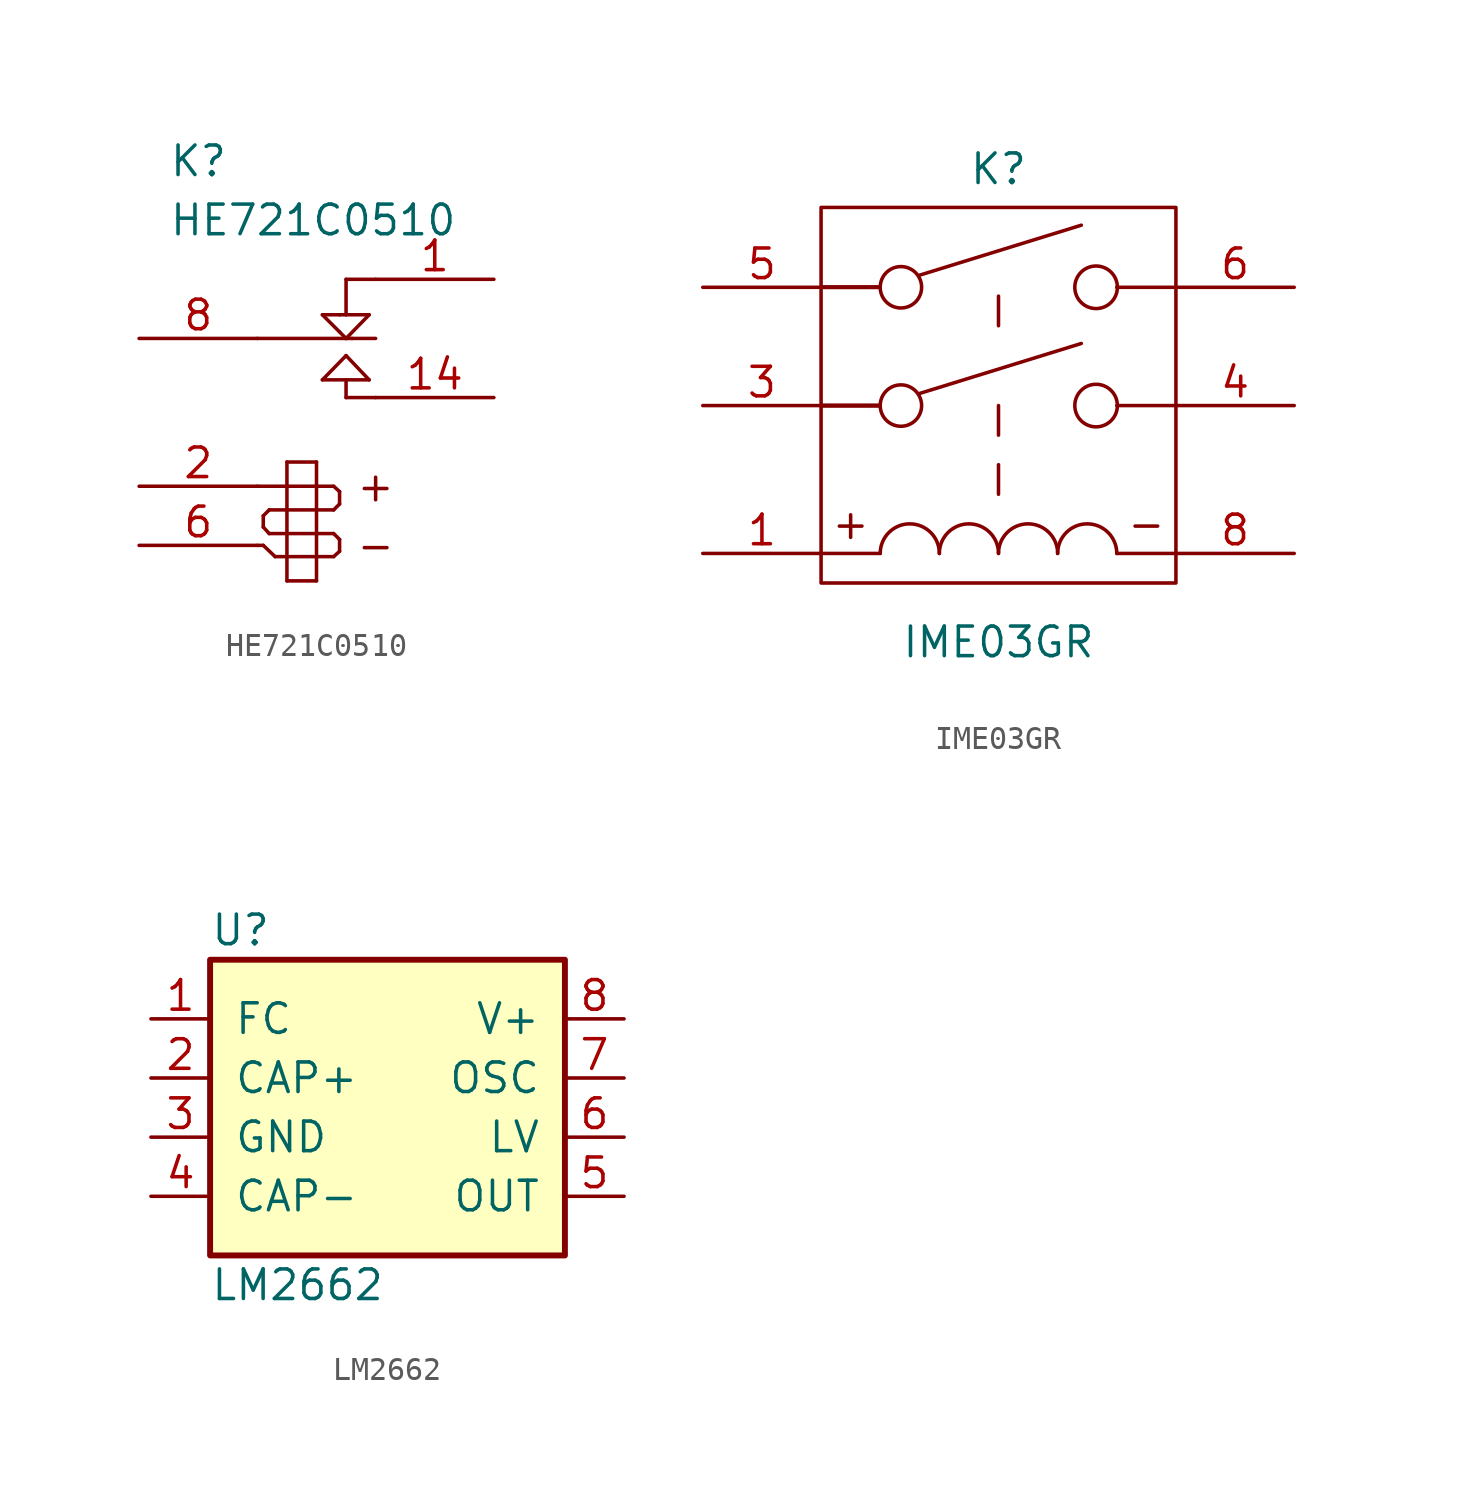
<source format=kicad_sym>
(kicad_symbol_lib
  (version 20211014)
  (generator kicad_symbol_editor)
  (symbol "HE721C0510"
    (pin_names
      (offset 0) hide)
    (property "Reference" "K"
      (at -6.35 10.16 0)
      (effects (font (size 1.27 1.27)) (justify left)))
    (property "Value" "HE721C0510"
      (at -6.35 7.62 0)
      (effects (font (size 1.27 1.27)) (justify left)))
    (property "Footprint" ""
      (at 0 -3.81 0)
      (effects (font (size 1.524 1.524))))
    (property "Datasheet" ""
      (at 0 -3.81 0)
      (effects (font (size 1.524 1.524))))
    (symbol "HE721C0510_0_0"
      (text "+" (at 2.54 -3.81 0) (effects (font (size 1.27 1.27))))
      (text "-" (at 2.54 -6.35 0) (effects (font (size 1.27 1.27)))))
    (symbol "HE721C0510_0_1"
      (polyline (pts (xy -2.54 -6.35) (xy -2.286 -6.35)) (stroke (width 0) (type default) (color 0 0 0 0)) (fill (type none)))
      (polyline (pts (xy -2.54 -3.81) (xy -1.27 -3.81)) (stroke (width 0) (type default) (color 0 0 0 0)) (fill (type none)))
      (polyline (pts (xy -2.286 -6.35) (xy -1.778 -6.833)) (stroke (width 0) (type default) (color 0 0 0 0)) (fill (type none)))
      (polyline (pts (xy -2.286 -5.563) (xy -2.286 -5.08)) (stroke (width 0) (type default) (color 0 0 0 0)) (fill (type none)))
      (polyline (pts (xy -2.032 -5.842) (xy -2.286 -5.563)) (stroke (width 0) (type default) (color 0 0 0 0)) (fill (type none)))
      (polyline (pts (xy -2.032 -4.826) (xy -2.286 -5.08)) (stroke (width 0) (type default) (color 0 0 0 0)) (fill (type none)))
      (polyline (pts (xy -1.778 -6.833) (xy -1.27 -6.833)) (stroke (width 0) (type default) (color 0 0 0 0)) (fill (type none)))
      (polyline (pts (xy -1.27 -7.874) (xy -1.27 -2.769)) (stroke (width 0) (type default) (color 0 0 0 0)) (fill (type none)))
      (polyline (pts (xy -1.27 -5.842) (xy -2.032 -5.842)) (stroke (width 0) (type default) (color 0 0 0 0)) (fill (type none)))
      (polyline (pts (xy -1.27 -5.842) (xy 0 -5.842)) (stroke (width 0) (type default) (color 0 0 0 0)) (fill (type none)))
      (polyline (pts (xy -1.27 -4.826) (xy -2.032 -4.826)) (stroke (width 0) (type default) (color 0 0 0 0)) (fill (type none)))
      (polyline (pts (xy -1.27 -3.81) (xy 0 -3.81)) (stroke (width 0) (type default) (color 0 0 0 0)) (fill (type none)))
      (polyline (pts (xy -1.27 -2.769) (xy 0 -2.769)) (stroke (width 0) (type default) (color 0 0 0 0)) (fill (type none)))
      (polyline (pts (xy 0 -7.874) (xy -1.27 -7.874)) (stroke (width 0) (type default) (color 0 0 0 0)) (fill (type none)))
      (polyline (pts (xy 0 -6.833) (xy -1.27 -6.833)) (stroke (width 0) (type default) (color 0 0 0 0)) (fill (type none)))
      (polyline (pts (xy 0 -6.833) (xy 0.737 -6.833)) (stroke (width 0) (type default) (color 0 0 0 0)) (fill (type none)))
      (polyline (pts (xy 0 -5.842) (xy 0.737 -5.842)) (stroke (width 0) (type default) (color 0 0 0 0)) (fill (type none)))
      (polyline (pts (xy 0 -4.826) (xy -1.27 -4.826)) (stroke (width 0) (type default) (color 0 0 0 0)) (fill (type none)))
      (polyline (pts (xy 0 -4.826) (xy 0.737 -4.826)) (stroke (width 0) (type default) (color 0 0 0 0)) (fill (type none)))
      (polyline (pts (xy 0 -3.81) (xy 0.737 -3.81)) (stroke (width 0) (type default) (color 0 0 0 0)) (fill (type none)))
      (polyline (pts (xy 0 -2.769) (xy 0 -7.874)) (stroke (width 0) (type default) (color 0 0 0 0)) (fill (type none)))
      (polyline (pts (xy 0.254 0.762) (xy 1.27 1.803)) (stroke (width 0) (type default) (color 0 0 0 0)) (fill (type none)))
      (polyline (pts (xy 0.254 3.556) (xy 0.991 3.556)) (stroke (width 0) (type default) (color 0 0 0 0)) (fill (type none)))
      (polyline (pts (xy 0.737 -6.833) (xy 0.991 -6.604)) (stroke (width 0) (type default) (color 0 0 0 0)) (fill (type none)))
      (polyline (pts (xy 0.737 -5.842) (xy 0.991 -6.096)) (stroke (width 0) (type default) (color 0 0 0 0)) (fill (type none)))
      (polyline (pts (xy 0.737 -4.826) (xy 0.991 -4.572)) (stroke (width 0) (type default) (color 0 0 0 0)) (fill (type none)))
      (polyline (pts (xy 0.737 -3.81) (xy 0.991 -4.039)) (stroke (width 0) (type default) (color 0 0 0 0)) (fill (type none)))
      (polyline (pts (xy 0.991 -6.604) (xy 0.991 -6.096)) (stroke (width 0) (type default) (color 0 0 0 0)) (fill (type none)))
      (polyline (pts (xy 0.991 -4.039) (xy 0.991 -4.572)) (stroke (width 0) (type default) (color 0 0 0 0)) (fill (type none)))
      (polyline (pts (xy 0.991 2.819) (xy 0.254 3.556)) (stroke (width 0) (type default) (color 0 0 0 0)) (fill (type none)))
      (polyline (pts (xy 0.991 2.819) (xy 1.27 2.54)) (stroke (width 0) (type default) (color 0 0 0 0)) (fill (type none)))
      (polyline (pts (xy 0.991 3.556) (xy 2.261 3.556)) (stroke (width 0) (type default) (color 0 0 0 0)) (fill (type none)))
      (polyline (pts (xy 1.27 0) (xy 1.27 0.762)) (stroke (width 0) (type default) (color 0 0 0 0)) (fill (type none)))
      (polyline (pts (xy 1.27 0) (xy 2.54 0)) (stroke (width 0) (type default) (color 0 0 0 0)) (fill (type none)))
      (polyline (pts (xy 1.27 1.803) (xy 2.261 0.762)) (stroke (width 0) (type default) (color 0 0 0 0)) (fill (type none)))
      (polyline (pts (xy 1.27 2.54) (xy -2.54 2.54)) (stroke (width 0) (type default) (color 0 0 0 0)) (fill (type none)))
      (polyline (pts (xy 1.27 2.54) (xy 1.524 2.54)) (stroke (width 0) (type default) (color 0 0 0 0)) (fill (type none)))
      (polyline (pts (xy 1.27 5.08) (xy 1.27 3.556)) (stroke (width 0) (type default) (color 0 0 0 0)) (fill (type none)))
      (polyline (pts (xy 1.27 5.08) (xy 2.54 5.08)) (stroke (width 0) (type default) (color 0 0 0 0)) (fill (type none)))
      (polyline (pts (xy 1.524 2.54) (xy 2.54 2.54)) (stroke (width 0) (type default) (color 0 0 0 0)) (fill (type none)))
      (polyline (pts (xy 2.261 0.762) (xy 0.254 0.762)) (stroke (width 0) (type default) (color 0 0 0 0)) (fill (type none)))
      (polyline (pts (xy 2.261 3.556) (xy 1.27 2.54)) (stroke (width 0) (type default) (color 0 0 0 0)) (fill (type none))))
    (symbol "HE721C0510_1_1"
      (pin passive line (at 7.62 5.08 180) (length 5.08) (name "R2" (effects (font (size 1.27 1.27)))) (number "1" (effects (font (size 1.27 1.27)))))
      (pin passive line (at 7.62 0 180) (length 5.08) (name "T2" (effects (font (size 1.27 1.27)))) (number "14" (effects (font (size 1.27 1.27)))))
      (pin passive line (at -7.62 -3.81 0) (length 5.08) (name "+" (effects (font (size 1.27 1.27)))) (number "2" (effects (font (size 1.27 1.27)))))
      (pin passive line (at -7.62 -6.35 0) (length 5.08) (name "-" (effects (font (size 1.27 1.27)))) (number "6" (effects (font (size 1.27 1.27)))))
      (pin passive line (at -7.62 2.54 0) (length 5.08) (name "C2" (effects (font (size 1.27 1.27)))) (number "8" (effects (font (size 1.27 1.27)))))))
  (symbol "IME03GR"
    (pin_names
      (offset 0) hide)
    (property "Reference" "K"
      (at 0 8.89 0)
      (effects (font (size 1.27 1.27))))
    (property "Value" "IME03GR"
      (at 0 -11.43 0)
      (effects (font (size 1.27 1.27))))
    (property "Footprint" ""
      (at 0 0 0)
      (effects (font (size 1.524 1.524))))
    (property "Datasheet" ""
      (at 0 0 0)
      (effects (font (size 1.524 1.524))))
    (symbol "IME03GR_0_0"
      (circle (center -4.191 -1.27) (radius 0.889) (stroke (width 0) (type default) (color 0 0 0 0)) (fill (type none)))
      (circle (center -4.191 3.81) (radius 0.889) (stroke (width 0) (type default) (color 0 0 0 0)) (fill (type none)))
      (polyline (pts (xy -3.429 -0.762) (xy 3.556 1.397)) (stroke (width 0) (type default) (color 0 0 0 0)) (fill (type none)))
      (polyline (pts (xy -3.429 4.318) (xy 3.556 6.477)) (stroke (width 0) (type default) (color 0 0 0 0)) (fill (type none)))
      (circle (center 4.191 -1.27) (radius 0.914) (stroke (width 0) (type default) (color 0 0 0 0)) (fill (type none)))
      (circle (center 4.191 3.81) (radius 0.914) (stroke (width 0) (type default) (color 0 0 0 0)) (fill (type none)))
      (text "+" (at -6.35 -6.35 0) (effects (font (size 1.27 1.27))))
      (text "-" (at 6.35 -6.35 0) (effects (font (size 1.27 1.27)))))
    (symbol "IME03GR_0_1"
      (rectangle (start -7.62 7.239) (end 7.62 -8.89) (stroke (width 0) (type default) (color 0 0 0 0)) (fill (type none)))
      (arc (start -2.54 -7.62) (mid -3.81 -6.35) (end -5.08 -7.62) (stroke (width 0) (type default) (color 0 0 0 0)) (fill (type none)))
      (arc (start 0 -7.62) (mid -1.27 -6.35) (end -2.54 -7.62) (stroke (width 0) (type default) (color 0 0 0 0)) (fill (type none)))
      (polyline (pts (xy -7.62 -7.62) (xy -5.08 -7.62)) (stroke (width 0) (type default) (color 0 0 0 0)) (fill (type none)))
      (polyline (pts (xy -7.62 -1.27) (xy -5.08 -1.27)) (stroke (width 0) (type default) (color 0 0 0 0)) (fill (type none)))
      (polyline (pts (xy -7.62 -1.27) (xy -5.08 -1.27)) (stroke (width 0) (type default) (color 0 0 0 0)) (fill (type none)))
      (polyline (pts (xy -7.62 -1.27) (xy -5.08 -1.27)) (stroke (width 0) (type default) (color 0 0 0 0)) (fill (type none)))
      (polyline (pts (xy -7.62 -1.27) (xy -5.08 -1.27)) (stroke (width 0) (type default) (color 0 0 0 0)) (fill (type none)))
      (polyline (pts (xy -7.62 3.81) (xy -5.08 3.81)) (stroke (width 0) (type default) (color 0 0 0 0)) (fill (type none)))
      (polyline (pts (xy -7.62 3.81) (xy -5.08 3.81)) (stroke (width 0) (type default) (color 0 0 0 0)) (fill (type none)))
      (polyline (pts (xy -7.62 3.81) (xy -5.08 3.81)) (stroke (width 0) (type default) (color 0 0 0 0)) (fill (type none)))
      (polyline (pts (xy -7.62 3.81) (xy -5.08 3.81)) (stroke (width 0) (type default) (color 0 0 0 0)) (fill (type none)))
      (polyline (pts (xy 0 -5.08) (xy 0 -3.81)) (stroke (width 0) (type default) (color 0 0 0 0)) (fill (type none)))
      (polyline (pts (xy 0 -2.54) (xy 0 -1.27)) (stroke (width 0) (type default) (color 0 0 0 0)) (fill (type none)))
      (polyline (pts (xy 0 2.159) (xy 0 3.429)) (stroke (width 0) (type default) (color 0 0 0 0)) (fill (type none)))
      (polyline (pts (xy 5.08 -7.62) (xy 7.62 -7.62)) (stroke (width 0) (type default) (color 0 0 0 0)) (fill (type none)))
      (polyline (pts (xy 5.08 -1.27) (xy 7.62 -1.27)) (stroke (width 0) (type default) (color 0 0 0 0)) (fill (type none)))
      (polyline (pts (xy 5.08 3.81) (xy 7.62 3.81)) (stroke (width 0) (type default) (color 0 0 0 0)) (fill (type none)))
      (arc (start 2.54 -7.62) (mid 1.27 -6.35) (end 0 -7.62) (stroke (width 0) (type default) (color 0 0 0 0)) (fill (type none)))
      (arc (start 5.08 -7.62) (mid 3.81 -6.35) (end 2.54 -7.62) (stroke (width 0) (type default) (color 0 0 0 0)) (fill (type none))))
    (symbol "IME03GR_1_1"
      (pin passive line (at -12.7 -7.62 0) (length 5.08) (name "+" (effects (font (size 1.27 1.27)))) (number "1" (effects (font (size 1.27 1.27)))))
      (pin passive line (at -12.7 -1.27 0) (length 5.08) (name "3" (effects (font (size 1.27 1.27)))) (number "3" (effects (font (size 1.27 1.27)))))
      (pin passive line (at 12.7 -1.27 180) (length 5.08) (name "4" (effects (font (size 1.27 1.27)))) (number "4" (effects (font (size 1.27 1.27)))))
      (pin passive line (at -12.7 3.81 0) (length 5.08) (name "5" (effects (font (size 1.27 1.27)))) (number "5" (effects (font (size 1.27 1.27)))))
      (pin passive line (at 12.7 3.81 180) (length 5.08) (name "6" (effects (font (size 1.27 1.27)))) (number "6" (effects (font (size 1.27 1.27)))))
      (pin passive line (at 12.7 -7.62 180) (length 5.08) (name "8" (effects (font (size 1.27 1.27)))) (number "8" (effects (font (size 1.27 1.27)))))))
  (symbol "LM2662"
    (pin_names
      (offset 1.016))
    (property "Reference" "U"
      (at -7.62 8.89 0)
      (effects (font (size 1.27 1.27)) (justify left)))
    (property "Value" "LM2662"
      (at -7.62 -6.35 0)
      (effects (font (size 1.27 1.27)) (justify left)))
    (property "Footprint" ""
      (at 0 0 0)
      (effects (font (size 1.27 1.27))))
    (property "Datasheet" ""
      (at 0 0 0)
      (effects (font (size 1.27 1.27))))
    (symbol "LM2662_0_0"
      (rectangle (start -7.62 7.62) (end 7.62 -5.08) (stroke (width 0.254) (type default) (color 0 0 0 0)) (fill (type background)))
      (pin input line (at -10.16 5.08 0) (length 2.54) (name "FC" (effects (font (size 1.27 1.27)))) (number "1" (effects (font (size 1.27 1.27)))))
      (pin passive line (at -10.16 2.54 0) (length 2.54) (name "CAP+" (effects (font (size 1.27 1.27)))) (number "2" (effects (font (size 1.27 1.27)))))
      (pin power_in line (at -10.16 0 0) (length 2.54) (name "GND" (effects (font (size 1.27 1.27)))) (number "3" (effects (font (size 1.27 1.27)))))
      (pin passive line (at -10.16 -2.54 0) (length 2.54) (name "CAP-" (effects (font (size 1.27 1.27)))) (number "4" (effects (font (size 1.27 1.27)))))
      (pin output line (at 10.16 -2.54 180) (length 2.54) (name "OUT" (effects (font (size 1.27 1.27)))) (number "5" (effects (font (size 1.27 1.27)))))
      (pin input line (at 10.16 0 180) (length 2.54) (name "LV" (effects (font (size 1.27 1.27)))) (number "6" (effects (font (size 1.27 1.27)))))
      (pin input line (at 10.16 2.54 180) (length 2.54) (name "OSC" (effects (font (size 1.27 1.27)))) (number "7" (effects (font (size 1.27 1.27)))))
      (pin power_in line (at 10.16 5.08 180) (length 2.54) (name "V+" (effects (font (size 1.27 1.27)))) (number "8" (effects (font (size 1.27 1.27))))))))
</source>
